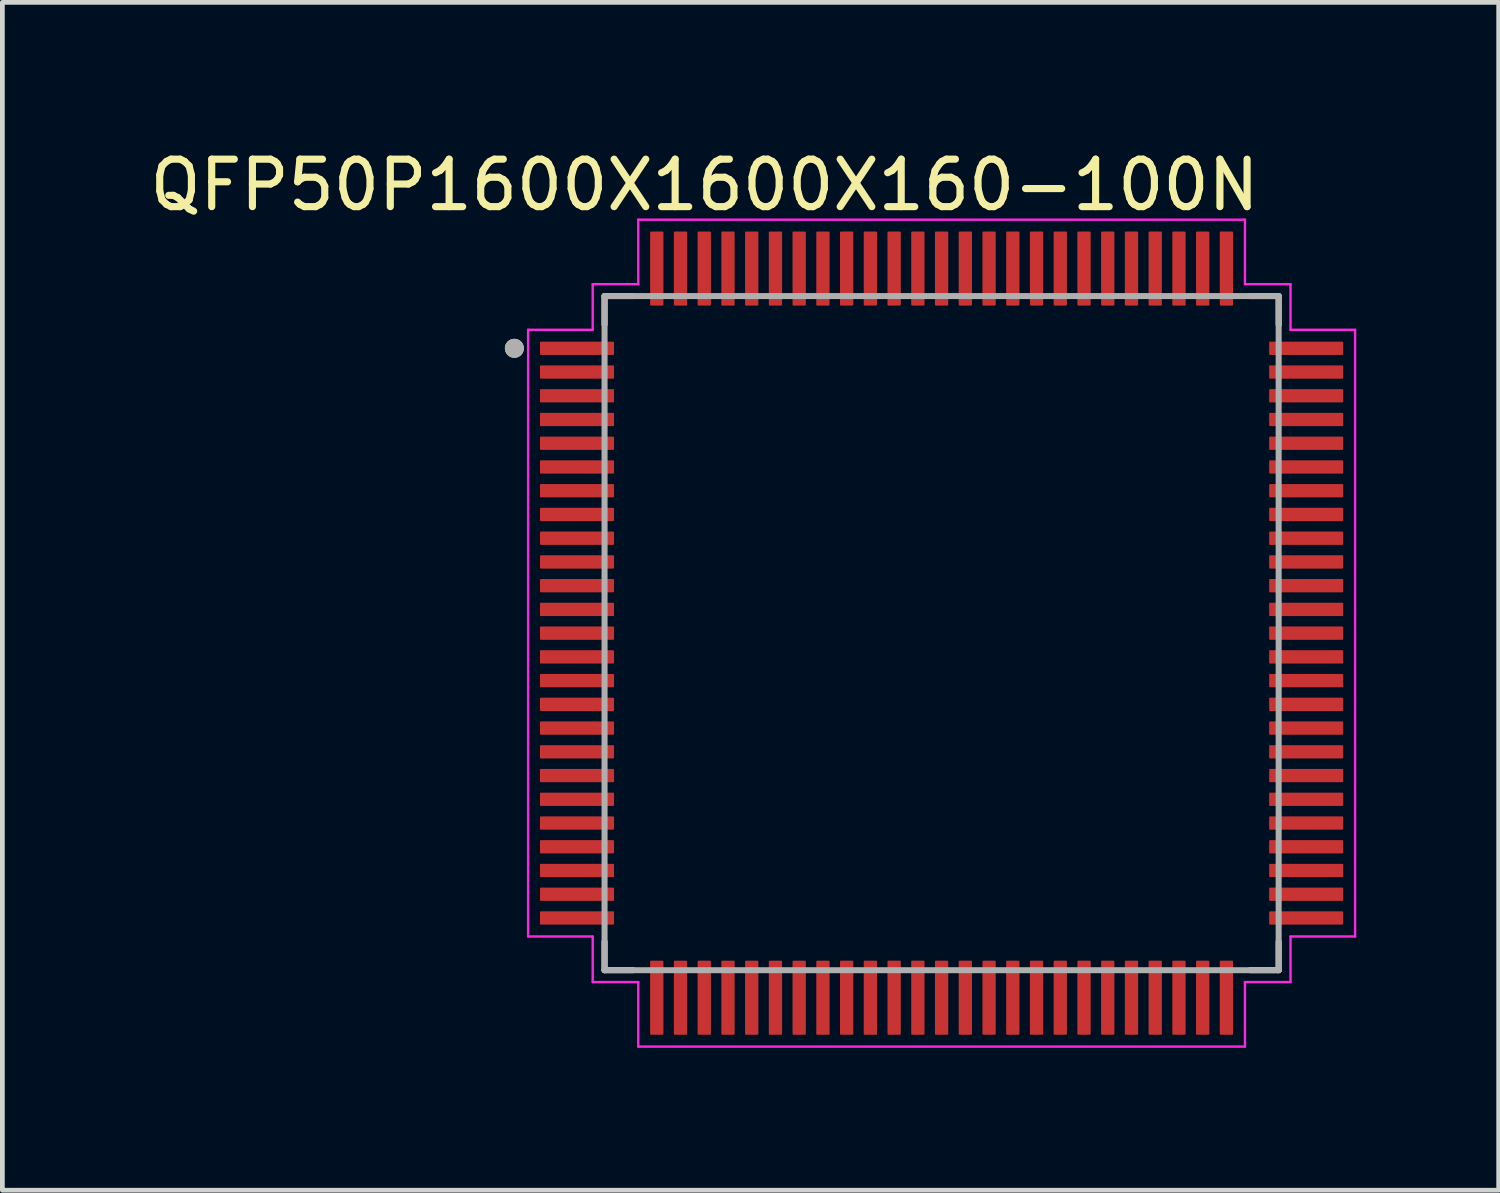
<source format=kicad_pcb>
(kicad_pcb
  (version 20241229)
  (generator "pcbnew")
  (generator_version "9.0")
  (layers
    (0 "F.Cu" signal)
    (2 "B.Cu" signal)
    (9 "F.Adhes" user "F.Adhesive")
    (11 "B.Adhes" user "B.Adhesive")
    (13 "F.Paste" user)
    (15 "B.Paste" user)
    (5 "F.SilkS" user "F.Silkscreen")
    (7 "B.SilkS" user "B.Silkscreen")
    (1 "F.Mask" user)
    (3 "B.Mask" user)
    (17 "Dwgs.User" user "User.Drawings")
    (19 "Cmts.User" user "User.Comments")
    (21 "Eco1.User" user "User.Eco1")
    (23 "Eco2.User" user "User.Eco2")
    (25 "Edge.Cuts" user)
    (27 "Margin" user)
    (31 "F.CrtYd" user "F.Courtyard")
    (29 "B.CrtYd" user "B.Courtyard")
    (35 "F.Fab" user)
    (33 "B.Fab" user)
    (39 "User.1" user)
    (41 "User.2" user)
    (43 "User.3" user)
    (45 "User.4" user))
  (footprint "QFP50P1600X1600X160-100N"
    (layer "F.Cu")
    (at 16.785 10.287)
    (property "Reference" "QFP50P1600X1600X160-100N" (at -4.994 -9.439 0) (layer "F.SilkS") (effects (font (size 1 1) (thickness 0.15))))
    (attr smd)
    (fp_line (start -7.1 -7.1) (end -7.1 -6.5) (stroke (width 0.127) (type solid)) (layer "F.SilkS"))
    (fp_line (start -7.1 6.5) (end -7.1 7.1) (stroke (width 0.127) (type solid)) (layer "F.SilkS"))
    (fp_line (start -7.1 7.1) (end -6.5 7.1) (stroke (width 0.127) (type solid)) (layer "F.SilkS"))
    (fp_line (start -6.5 -7.1) (end -7.1 -7.1) (stroke (width 0.127) (type solid)) (layer "F.SilkS"))
    (fp_line (start 6.5 -7.1) (end 7.1 -7.1) (stroke (width 0.127) (type solid)) (layer "F.SilkS"))
    (fp_line (start 7.1 -7.1) (end 7.1 -6.5) (stroke (width 0.127) (type solid)) (layer "F.SilkS"))
    (fp_line (start 7.1 6.5) (end 7.1 7.1) (stroke (width 0.127) (type solid)) (layer "F.SilkS"))
    (fp_line (start 7.1 7.1) (end 6.5 7.1) (stroke (width 0.127) (type solid)) (layer "F.SilkS"))
    (fp_circle (center -9 -6) (end -8.9 -6) (stroke (width 0.2) (type solid)) (fill no) (layer "F.SilkS"))
    (fp_line (start -8.71 -6.39) (end -7.35 -6.39) (stroke (width 0.05) (type solid)) (layer "F.CrtYd"))
    (fp_line (start -8.71 6.39) (end -8.71 -6.39) (stroke (width 0.05) (type solid)) (layer "F.CrtYd"))
    (fp_line (start -7.35 -7.35) (end -6.39 -7.35) (stroke (width 0.05) (type solid)) (layer "F.CrtYd"))
    (fp_line (start -7.35 -6.39) (end -7.35 -7.35) (stroke (width 0.05) (type solid)) (layer "F.CrtYd"))
    (fp_line (start -7.35 6.39) (end -8.71 6.39) (stroke (width 0.05) (type solid)) (layer "F.CrtYd"))
    (fp_line (start -7.35 7.35) (end -7.35 6.39) (stroke (width 0.05) (type solid)) (layer "F.CrtYd"))
    (fp_line (start -6.39 -8.71) (end 6.39 -8.71) (stroke (width 0.05) (type solid)) (layer "F.CrtYd"))
    (fp_line (start -6.39 -7.35) (end -6.39 -8.71) (stroke (width 0.05) (type solid)) (layer "F.CrtYd"))
    (fp_line (start -6.39 7.35) (end -7.35 7.35) (stroke (width 0.05) (type solid)) (layer "F.CrtYd"))
    (fp_line (start -6.39 8.71) (end -6.39 7.35) (stroke (width 0.05) (type solid)) (layer "F.CrtYd"))
    (fp_line (start 6.39 -8.71) (end 6.39 -7.35) (stroke (width 0.05) (type solid)) (layer "F.CrtYd"))
    (fp_line (start 6.39 -7.35) (end 7.35 -7.35) (stroke (width 0.05) (type solid)) (layer "F.CrtYd"))
    (fp_line (start 6.39 7.35) (end 6.39 8.71) (stroke (width 0.05) (type solid)) (layer "F.CrtYd"))
    (fp_line (start 6.39 8.71) (end -6.39 8.71) (stroke (width 0.05) (type solid)) (layer "F.CrtYd"))
    (fp_line (start 7.35 -7.35) (end 7.35 -6.39) (stroke (width 0.05) (type solid)) (layer "F.CrtYd"))
    (fp_line (start 7.35 -6.39) (end 8.71 -6.39) (stroke (width 0.05) (type solid)) (layer "F.CrtYd"))
    (fp_line (start 7.35 6.39) (end 7.35 7.35) (stroke (width 0.05) (type solid)) (layer "F.CrtYd"))
    (fp_line (start 7.35 7.35) (end 6.39 7.35) (stroke (width 0.05) (type solid)) (layer "F.CrtYd"))
    (fp_line (start 8.71 -6.39) (end 8.71 6.39) (stroke (width 0.05) (type solid)) (layer "F.CrtYd"))
    (fp_line (start 8.71 6.39) (end 7.35 6.39) (stroke (width 0.05) (type solid)) (layer "F.CrtYd"))
    (fp_line (start -7.1 -7.1) (end 7.1 -7.1) (stroke (width 0.127) (type solid)) (layer "F.Fab"))
    (fp_line (start -7.1 7.1) (end -7.1 -7.1) (stroke (width 0.127) (type solid)) (layer "F.Fab"))
    (fp_line (start 7.1 -7.1) (end 7.1 7.1) (stroke (width 0.127) (type solid)) (layer "F.Fab"))
    (fp_line (start 7.1 7.1) (end -7.1 7.1) (stroke (width 0.127) (type solid)) (layer "F.Fab"))
    (fp_circle (center -9 -6) (end -8.9 -6) (stroke (width 0.2) (type solid)) (fill no) (layer "F.Fab"))
    (pad "1" smd roundrect (at -7.68 -6) (size 1.56 0.28) (layers "F.Cu" "F.Mask" "F.Paste") (roundrect_rratio 0.07))
    (pad "2" smd roundrect (at -7.68 -5.5) (size 1.56 0.28) (layers "F.Cu" "F.Mask" "F.Paste") (roundrect_rratio 0.07))
    (pad "3" smd roundrect (at -7.68 -5) (size 1.56 0.28) (layers "F.Cu" "F.Mask" "F.Paste") (roundrect_rratio 0.07))
    (pad "4" smd roundrect (at -7.68 -4.5) (size 1.56 0.28) (layers "F.Cu" "F.Mask" "F.Paste") (roundrect_rratio 0.07))
    (pad "5" smd roundrect (at -7.68 -4) (size 1.56 0.28) (layers "F.Cu" "F.Mask" "F.Paste") (roundrect_rratio 0.07))
    (pad "6" smd roundrect (at -7.68 -3.5) (size 1.56 0.28) (layers "F.Cu" "F.Mask" "F.Paste") (roundrect_rratio 0.07))
    (pad "7" smd roundrect (at -7.68 -3) (size 1.56 0.28) (layers "F.Cu" "F.Mask" "F.Paste") (roundrect_rratio 0.07))
    (pad "8" smd roundrect (at -7.68 -2.5) (size 1.56 0.28) (layers "F.Cu" "F.Mask" "F.Paste") (roundrect_rratio 0.07))
    (pad "9" smd roundrect (at -7.68 -2) (size 1.56 0.28) (layers "F.Cu" "F.Mask" "F.Paste") (roundrect_rratio 0.07))
    (pad "10" smd roundrect (at -7.68 -1.5) (size 1.56 0.28) (layers "F.Cu" "F.Mask" "F.Paste") (roundrect_rratio 0.07))
    (pad "11" smd roundrect (at -7.68 -1) (size 1.56 0.28) (layers "F.Cu" "F.Mask" "F.Paste") (roundrect_rratio 0.07))
    (pad "12" smd roundrect (at -7.68 -0.5) (size 1.56 0.28) (layers "F.Cu" "F.Mask" "F.Paste") (roundrect_rratio 0.07))
    (pad "13" smd roundrect (at -7.68 0) (size 1.56 0.28) (layers "F.Cu" "F.Mask" "F.Paste") (roundrect_rratio 0.07))
    (pad "14" smd roundrect (at -7.68 0.5) (size 1.56 0.28) (layers "F.Cu" "F.Mask" "F.Paste") (roundrect_rratio 0.07))
    (pad "15" smd roundrect (at -7.68 1) (size 1.56 0.28) (layers "F.Cu" "F.Mask" "F.Paste") (roundrect_rratio 0.07))
    (pad "16" smd roundrect (at -7.68 1.5) (size 1.56 0.28) (layers "F.Cu" "F.Mask" "F.Paste") (roundrect_rratio 0.07))
    (pad "17" smd roundrect (at -7.68 2) (size 1.56 0.28) (layers "F.Cu" "F.Mask" "F.Paste") (roundrect_rratio 0.07))
    (pad "18" smd roundrect (at -7.68 2.5) (size 1.56 0.28) (layers "F.Cu" "F.Mask" "F.Paste") (roundrect_rratio 0.07))
    (pad "19" smd roundrect (at -7.68 3) (size 1.56 0.28) (layers "F.Cu" "F.Mask" "F.Paste") (roundrect_rratio 0.07))
    (pad "20" smd roundrect (at -7.68 3.5) (size 1.56 0.28) (layers "F.Cu" "F.Mask" "F.Paste") (roundrect_rratio 0.07))
    (pad "21" smd roundrect (at -7.68 4) (size 1.56 0.28) (layers "F.Cu" "F.Mask" "F.Paste") (roundrect_rratio 0.07))
    (pad "22" smd roundrect (at -7.68 4.5) (size 1.56 0.28) (layers "F.Cu" "F.Mask" "F.Paste") (roundrect_rratio 0.07))
    (pad "23" smd roundrect (at -7.68 5) (size 1.56 0.28) (layers "F.Cu" "F.Mask" "F.Paste") (roundrect_rratio 0.07))
    (pad "24" smd roundrect (at -7.68 5.5) (size 1.56 0.28) (layers "F.Cu" "F.Mask" "F.Paste") (roundrect_rratio 0.07))
    (pad "25" smd roundrect (at -7.68 6) (size 1.56 0.28) (layers "F.Cu" "F.Mask" "F.Paste") (roundrect_rratio 0.07))
    (pad "26" smd roundrect (at -6 7.68 90) (size 1.56 0.28) (layers "F.Cu" "F.Mask" "F.Paste") (roundrect_rratio 0.07))
    (pad "27" smd roundrect (at -5.5 7.68 90) (size 1.56 0.28) (layers "F.Cu" "F.Mask" "F.Paste") (roundrect_rratio 0.07))
    (pad "28" smd roundrect (at -5 7.68 90) (size 1.56 0.28) (layers "F.Cu" "F.Mask" "F.Paste") (roundrect_rratio 0.07))
    (pad "29" smd roundrect (at -4.5 7.68 90) (size 1.56 0.28) (layers "F.Cu" "F.Mask" "F.Paste") (roundrect_rratio 0.07))
    (pad "30" smd roundrect (at -4 7.68 90) (size 1.56 0.28) (layers "F.Cu" "F.Mask" "F.Paste") (roundrect_rratio 0.07))
    (pad "31" smd roundrect (at -3.5 7.68 90) (size 1.56 0.28) (layers "F.Cu" "F.Mask" "F.Paste") (roundrect_rratio 0.07))
    (pad "32" smd roundrect (at -3 7.68 90) (size 1.56 0.28) (layers "F.Cu" "F.Mask" "F.Paste") (roundrect_rratio 0.07))
    (pad "33" smd roundrect (at -2.5 7.68 90) (size 1.56 0.28) (layers "F.Cu" "F.Mask" "F.Paste") (roundrect_rratio 0.07))
    (pad "34" smd roundrect (at -2 7.68 90) (size 1.56 0.28) (layers "F.Cu" "F.Mask" "F.Paste") (roundrect_rratio 0.07))
    (pad "35" smd roundrect (at -1.5 7.68 90) (size 1.56 0.28) (layers "F.Cu" "F.Mask" "F.Paste") (roundrect_rratio 0.07))
    (pad "36" smd roundrect (at -1 7.68 90) (size 1.56 0.28) (layers "F.Cu" "F.Mask" "F.Paste") (roundrect_rratio 0.07))
    (pad "37" smd roundrect (at -0.5 7.68 90) (size 1.56 0.28) (layers "F.Cu" "F.Mask" "F.Paste") (roundrect_rratio 0.07))
    (pad "38" smd roundrect (at 0 7.68 90) (size 1.56 0.28) (layers "F.Cu" "F.Mask" "F.Paste") (roundrect_rratio 0.07))
    (pad "39" smd roundrect (at 0.5 7.68 90) (size 1.56 0.28) (layers "F.Cu" "F.Mask" "F.Paste") (roundrect_rratio 0.07))
    (pad "40" smd roundrect (at 1 7.68 90) (size 1.56 0.28) (layers "F.Cu" "F.Mask" "F.Paste") (roundrect_rratio 0.07))
    (pad "41" smd roundrect (at 1.5 7.68 90) (size 1.56 0.28) (layers "F.Cu" "F.Mask" "F.Paste") (roundrect_rratio 0.07))
    (pad "42" smd roundrect (at 2 7.68 90) (size 1.56 0.28) (layers "F.Cu" "F.Mask" "F.Paste") (roundrect_rratio 0.07))
    (pad "43" smd roundrect (at 2.5 7.68 90) (size 1.56 0.28) (layers "F.Cu" "F.Mask" "F.Paste") (roundrect_rratio 0.07))
    (pad "44" smd roundrect (at 3 7.68 90) (size 1.56 0.28) (layers "F.Cu" "F.Mask" "F.Paste") (roundrect_rratio 0.07))
    (pad "45" smd roundrect (at 3.5 7.68 90) (size 1.56 0.28) (layers "F.Cu" "F.Mask" "F.Paste") (roundrect_rratio 0.07))
    (pad "46" smd roundrect (at 4 7.68 90) (size 1.56 0.28) (layers "F.Cu" "F.Mask" "F.Paste") (roundrect_rratio 0.07))
    (pad "47" smd roundrect (at 4.5 7.68 90) (size 1.56 0.28) (layers "F.Cu" "F.Mask" "F.Paste") (roundrect_rratio 0.07))
    (pad "48" smd roundrect (at 5 7.68 90) (size 1.56 0.28) (layers "F.Cu" "F.Mask" "F.Paste") (roundrect_rratio 0.07))
    (pad "49" smd roundrect (at 5.5 7.68 90) (size 1.56 0.28) (layers "F.Cu" "F.Mask" "F.Paste") (roundrect_rratio 0.07))
    (pad "50" smd roundrect (at 6 7.68 90) (size 1.56 0.28) (layers "F.Cu" "F.Mask" "F.Paste") (roundrect_rratio 0.07))
    (pad "51" smd roundrect (at 7.68 6) (size 1.56 0.28) (layers "F.Cu" "F.Mask" "F.Paste") (roundrect_rratio 0.07))
    (pad "52" smd roundrect (at 7.68 5.5) (size 1.56 0.28) (layers "F.Cu" "F.Mask" "F.Paste") (roundrect_rratio 0.07))
    (pad "53" smd roundrect (at 7.68 5) (size 1.56 0.28) (layers "F.Cu" "F.Mask" "F.Paste") (roundrect_rratio 0.07))
    (pad "54" smd roundrect (at 7.68 4.5) (size 1.56 0.28) (layers "F.Cu" "F.Mask" "F.Paste") (roundrect_rratio 0.07))
    (pad "55" smd roundrect (at 7.68 4) (size 1.56 0.28) (layers "F.Cu" "F.Mask" "F.Paste") (roundrect_rratio 0.07))
    (pad "56" smd roundrect (at 7.68 3.5) (size 1.56 0.28) (layers "F.Cu" "F.Mask" "F.Paste") (roundrect_rratio 0.07))
    (pad "57" smd roundrect (at 7.68 3) (size 1.56 0.28) (layers "F.Cu" "F.Mask" "F.Paste") (roundrect_rratio 0.07))
    (pad "58" smd roundrect (at 7.68 2.5) (size 1.56 0.28) (layers "F.Cu" "F.Mask" "F.Paste") (roundrect_rratio 0.07))
    (pad "59" smd roundrect (at 7.68 2) (size 1.56 0.28) (layers "F.Cu" "F.Mask" "F.Paste") (roundrect_rratio 0.07))
    (pad "60" smd roundrect (at 7.68 1.5) (size 1.56 0.28) (layers "F.Cu" "F.Mask" "F.Paste") (roundrect_rratio 0.07))
    (pad "61" smd roundrect (at 7.68 1) (size 1.56 0.28) (layers "F.Cu" "F.Mask" "F.Paste") (roundrect_rratio 0.07))
    (pad "62" smd roundrect (at 7.68 0.5) (size 1.56 0.28) (layers "F.Cu" "F.Mask" "F.Paste") (roundrect_rratio 0.07))
    (pad "63" smd roundrect (at 7.68 0) (size 1.56 0.28) (layers "F.Cu" "F.Mask" "F.Paste") (roundrect_rratio 0.07))
    (pad "64" smd roundrect (at 7.68 -0.5) (size 1.56 0.28) (layers "F.Cu" "F.Mask" "F.Paste") (roundrect_rratio 0.07))
    (pad "65" smd roundrect (at 7.68 -1) (size 1.56 0.28) (layers "F.Cu" "F.Mask" "F.Paste") (roundrect_rratio 0.07))
    (pad "66" smd roundrect (at 7.68 -1.5) (size 1.56 0.28) (layers "F.Cu" "F.Mask" "F.Paste") (roundrect_rratio 0.07))
    (pad "67" smd roundrect (at 7.68 -2) (size 1.56 0.28) (layers "F.Cu" "F.Mask" "F.Paste") (roundrect_rratio 0.07))
    (pad "68" smd roundrect (at 7.68 -2.5) (size 1.56 0.28) (layers "F.Cu" "F.Mask" "F.Paste") (roundrect_rratio 0.07))
    (pad "69" smd roundrect (at 7.68 -3) (size 1.56 0.28) (layers "F.Cu" "F.Mask" "F.Paste") (roundrect_rratio 0.07))
    (pad "70" smd roundrect (at 7.68 -3.5) (size 1.56 0.28) (layers "F.Cu" "F.Mask" "F.Paste") (roundrect_rratio 0.07))
    (pad "71" smd roundrect (at 7.68 -4) (size 1.56 0.28) (layers "F.Cu" "F.Mask" "F.Paste") (roundrect_rratio 0.07))
    (pad "72" smd roundrect (at 7.68 -4.5) (size 1.56 0.28) (layers "F.Cu" "F.Mask" "F.Paste") (roundrect_rratio 0.07))
    (pad "73" smd roundrect (at 7.68 -5) (size 1.56 0.28) (layers "F.Cu" "F.Mask" "F.Paste") (roundrect_rratio 0.07))
    (pad "74" smd roundrect (at 7.68 -5.5) (size 1.56 0.28) (layers "F.Cu" "F.Mask" "F.Paste") (roundrect_rratio 0.07))
    (pad "75" smd roundrect (at 7.68 -6) (size 1.56 0.28) (layers "F.Cu" "F.Mask" "F.Paste") (roundrect_rratio 0.07))
    (pad "76" smd roundrect (at 6 -7.68 90) (size 1.56 0.28) (layers "F.Cu" "F.Mask" "F.Paste") (roundrect_rratio 0.07))
    (pad "77" smd roundrect (at 5.5 -7.68 90) (size 1.56 0.28) (layers "F.Cu" "F.Mask" "F.Paste") (roundrect_rratio 0.07))
    (pad "78" smd roundrect (at 5 -7.68 90) (size 1.56 0.28) (layers "F.Cu" "F.Mask" "F.Paste") (roundrect_rratio 0.07))
    (pad "79" smd roundrect (at 4.5 -7.68 90) (size 1.56 0.28) (layers "F.Cu" "F.Mask" "F.Paste") (roundrect_rratio 0.07))
    (pad "80" smd roundrect (at 4 -7.68 90) (size 1.56 0.28) (layers "F.Cu" "F.Mask" "F.Paste") (roundrect_rratio 0.07))
    (pad "81" smd roundrect (at 3.5 -7.68 90) (size 1.56 0.28) (layers "F.Cu" "F.Mask" "F.Paste") (roundrect_rratio 0.07))
    (pad "82" smd roundrect (at 3 -7.68 90) (size 1.56 0.28) (layers "F.Cu" "F.Mask" "F.Paste") (roundrect_rratio 0.07))
    (pad "83" smd roundrect (at 2.5 -7.68 90) (size 1.56 0.28) (layers "F.Cu" "F.Mask" "F.Paste") (roundrect_rratio 0.07))
    (pad "84" smd roundrect (at 2 -7.68 90) (size 1.56 0.28) (layers "F.Cu" "F.Mask" "F.Paste") (roundrect_rratio 0.07))
    (pad "85" smd roundrect (at 1.5 -7.68 90) (size 1.56 0.28) (layers "F.Cu" "F.Mask" "F.Paste") (roundrect_rratio 0.07))
    (pad "86" smd roundrect (at 1 -7.68 90) (size 1.56 0.28) (layers "F.Cu" "F.Mask" "F.Paste") (roundrect_rratio 0.07))
    (pad "87" smd roundrect (at 0.5 -7.68 90) (size 1.56 0.28) (layers "F.Cu" "F.Mask" "F.Paste") (roundrect_rratio 0.07))
    (pad "88" smd roundrect (at 0 -7.68 90) (size 1.56 0.28) (layers "F.Cu" "F.Mask" "F.Paste") (roundrect_rratio 0.07))
    (pad "89" smd roundrect (at -0.5 -7.68 90) (size 1.56 0.28) (layers "F.Cu" "F.Mask" "F.Paste") (roundrect_rratio 0.07))
    (pad "90" smd roundrect (at -1 -7.68 90) (size 1.56 0.28) (layers "F.Cu" "F.Mask" "F.Paste") (roundrect_rratio 0.07))
    (pad "91" smd roundrect (at -1.5 -7.68 90) (size 1.56 0.28) (layers "F.Cu" "F.Mask" "F.Paste") (roundrect_rratio 0.07))
    (pad "92" smd roundrect (at -2 -7.68 90) (size 1.56 0.28) (layers "F.Cu" "F.Mask" "F.Paste") (roundrect_rratio 0.07))
    (pad "93" smd roundrect (at -2.5 -7.68 90) (size 1.56 0.28) (layers "F.Cu" "F.Mask" "F.Paste") (roundrect_rratio 0.07))
    (pad "94" smd roundrect (at -3 -7.68 90) (size 1.56 0.28) (layers "F.Cu" "F.Mask" "F.Paste") (roundrect_rratio 0.07))
    (pad "95" smd roundrect (at -3.5 -7.68 90) (size 1.56 0.28) (layers "F.Cu" "F.Mask" "F.Paste") (roundrect_rratio 0.07))
    (pad "96" smd roundrect (at -4 -7.68 90) (size 1.56 0.28) (layers "F.Cu" "F.Mask" "F.Paste") (roundrect_rratio 0.07))
    (pad "97" smd roundrect (at -4.5 -7.68 90) (size 1.56 0.28) (layers "F.Cu" "F.Mask" "F.Paste") (roundrect_rratio 0.07))
    (pad "98" smd roundrect (at -5 -7.68 90) (size 1.56 0.28) (layers "F.Cu" "F.Mask" "F.Paste") (roundrect_rratio 0.07))
    (pad "99" smd roundrect (at -5.5 -7.68 90) (size 1.56 0.28) (layers "F.Cu" "F.Mask" "F.Paste") (roundrect_rratio 0.07))
    (pad "100" smd roundrect (at -6 -7.68 90) (size 1.56 0.28) (layers "F.Cu" "F.Mask" "F.Paste") (roundrect_rratio 0.07)))
  (gr_rect
    (start -3 -3)
    (end 28.52 22.022)
    (stroke (width 0.1) (type default))
    (fill no)
    (layer "Edge.Cuts")))
</source>
